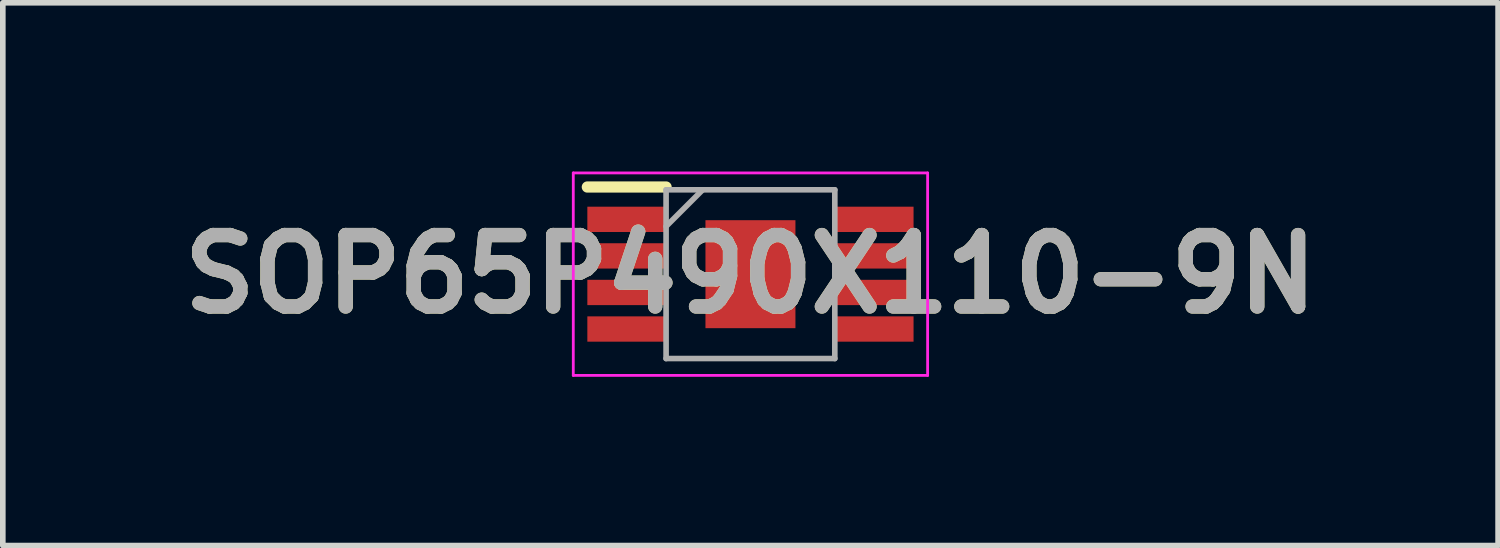
<source format=kicad_pcb>
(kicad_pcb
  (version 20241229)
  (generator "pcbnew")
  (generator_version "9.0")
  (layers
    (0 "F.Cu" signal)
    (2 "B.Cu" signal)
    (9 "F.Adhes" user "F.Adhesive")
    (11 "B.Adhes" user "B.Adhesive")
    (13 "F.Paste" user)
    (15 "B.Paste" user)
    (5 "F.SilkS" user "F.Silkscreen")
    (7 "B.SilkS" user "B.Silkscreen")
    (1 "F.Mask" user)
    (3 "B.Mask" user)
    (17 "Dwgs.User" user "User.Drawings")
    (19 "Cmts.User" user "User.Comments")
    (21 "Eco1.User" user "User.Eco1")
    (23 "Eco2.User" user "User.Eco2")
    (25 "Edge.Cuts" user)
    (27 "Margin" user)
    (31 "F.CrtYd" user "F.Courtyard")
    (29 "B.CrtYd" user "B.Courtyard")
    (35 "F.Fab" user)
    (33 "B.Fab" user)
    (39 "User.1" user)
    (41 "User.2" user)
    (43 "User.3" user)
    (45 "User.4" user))
  (footprint "SOP65P490X110-9N"
    (layer "F.Cu")
    (at 10.293 1.825)
    (property "Reference" "SOP65P490X110-9N" (at 0 0 0) (layer "F.SilkS") (effects (font (size 1.27 1.27) (thickness 0.254))))
    (attr smd)
    (fp_line (start -2.9 -1.55) (end -1.5 -1.55) (stroke (width 0.2) (type solid)) (layer "F.SilkS"))
    (fp_line (start -3.15 -1.8) (end 3.15 -1.8) (stroke (width 0.05) (type solid)) (layer "F.CrtYd"))
    (fp_line (start -3.15 1.8) (end -3.15 -1.8) (stroke (width 0.05) (type solid)) (layer "F.CrtYd"))
    (fp_line (start 3.15 -1.8) (end 3.15 1.8) (stroke (width 0.05) (type solid)) (layer "F.CrtYd"))
    (fp_line (start 3.15 1.8) (end -3.15 1.8) (stroke (width 0.05) (type solid)) (layer "F.CrtYd"))
    (fp_line (start -1.5 -1.5) (end 1.5 -1.5) (stroke (width 0.1) (type solid)) (layer "F.Fab"))
    (fp_line (start -1.5 -0.85) (end -0.85 -1.5) (stroke (width 0.1) (type solid)) (layer "F.Fab"))
    (fp_line (start -1.5 1.5) (end -1.5 -1.5) (stroke (width 0.1) (type solid)) (layer "F.Fab"))
    (fp_line (start 1.5 -1.5) (end 1.5 1.5) (stroke (width 0.1) (type solid)) (layer "F.Fab"))
    (fp_line (start 1.5 1.5) (end -1.5 1.5) (stroke (width 0.1) (type solid)) (layer "F.Fab"))
    (fp_text user "${REFERENCE}" (at 0 0 0) (layer "F.Fab") (effects (font (size 1.27 1.27) (thickness 0.254))))
    (pad "1" smd rect (at -2.2 -0.975 90) (size 0.45 1.4) (layers "F.Cu" "F.Mask" "F.Paste"))
    (pad "2" smd rect (at -2.2 -0.325 90) (size 0.45 1.4) (layers "F.Cu" "F.Mask" "F.Paste"))
    (pad "3" smd rect (at -2.2 0.325 90) (size 0.45 1.4) (layers "F.Cu" "F.Mask" "F.Paste"))
    (pad "4" smd rect (at -2.2 0.975 90) (size 0.45 1.4) (layers "F.Cu" "F.Mask" "F.Paste"))
    (pad "5" smd rect (at 2.2 0.975 90) (size 0.45 1.4) (layers "F.Cu" "F.Mask" "F.Paste"))
    (pad "6" smd rect (at 2.2 0.325 90) (size 0.45 1.4) (layers "F.Cu" "F.Mask" "F.Paste"))
    (pad "7" smd rect (at 2.2 -0.325 90) (size 0.45 1.4) (layers "F.Cu" "F.Mask" "F.Paste"))
    (pad "8" smd rect (at 2.2 -0.975 90) (size 0.45 1.4) (layers "F.Cu" "F.Mask" "F.Paste"))
    (pad "9" smd rect (at 0 0) (size 1.6 1.92) (layers "F.Cu" "F.Mask" "F.Paste")))
  (gr_rect
    (start -3 -3)
    (end 23.586 6.65)
    (stroke (width 0.1) (type default))
    (fill no)
    (layer "Edge.Cuts")))
</source>
